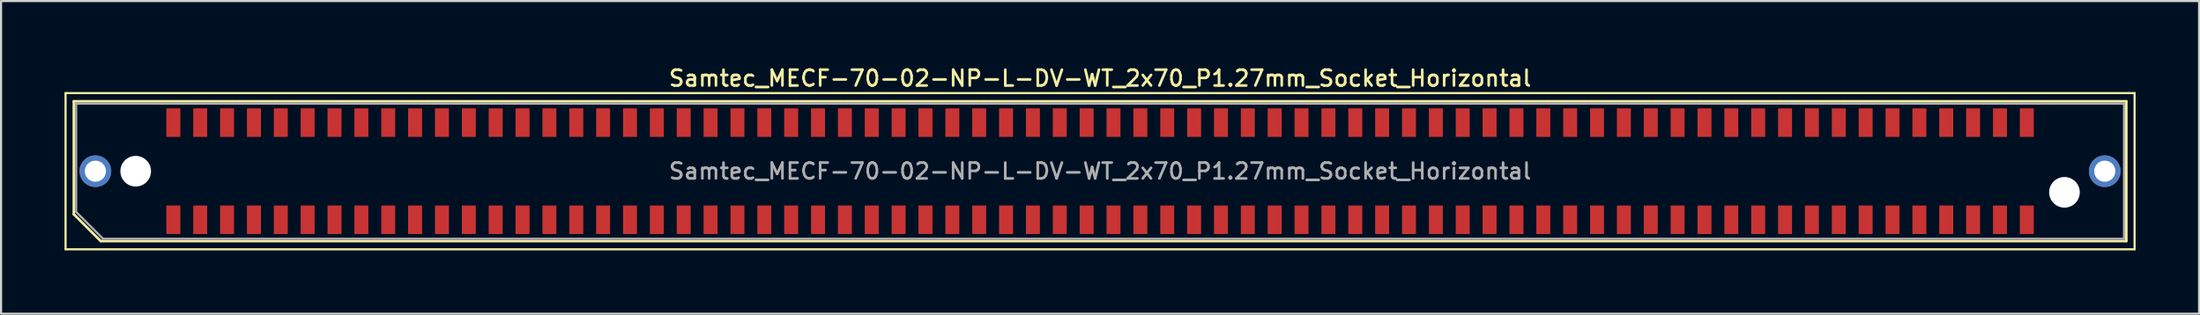
<source format=kicad_pcb>
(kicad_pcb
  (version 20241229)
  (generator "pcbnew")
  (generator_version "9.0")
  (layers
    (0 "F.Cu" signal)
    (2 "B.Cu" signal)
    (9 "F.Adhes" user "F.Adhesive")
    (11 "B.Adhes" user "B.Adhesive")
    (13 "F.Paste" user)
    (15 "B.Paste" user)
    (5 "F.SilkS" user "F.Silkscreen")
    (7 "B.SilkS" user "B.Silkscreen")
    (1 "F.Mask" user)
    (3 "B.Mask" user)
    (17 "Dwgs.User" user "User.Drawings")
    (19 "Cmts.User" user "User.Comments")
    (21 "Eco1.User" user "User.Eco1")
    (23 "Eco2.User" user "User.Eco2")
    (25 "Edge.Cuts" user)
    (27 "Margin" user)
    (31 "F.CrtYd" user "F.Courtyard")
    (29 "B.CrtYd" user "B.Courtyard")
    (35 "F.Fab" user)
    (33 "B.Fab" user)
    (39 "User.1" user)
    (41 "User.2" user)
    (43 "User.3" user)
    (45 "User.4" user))
  (footprint "Samtec_MECF-70-02-NP-L-DV-WT_2x70_P1.27mm_Socket_Horizontal"
    (layer "F.Cu")
    (at 48.96 5.058)
    (property "Reference" "Samtec_MECF-70-02-NP-L-DV-WT_2x70_P1.27mm_Socket_Horizontal" (at 0 -4.4 0) (layer "F.SilkS") (effects (font (size 0.75 0.75) (thickness 0.125))))
    (attr smd)
    (fp_line (start -48.91 -3.7) (end -48.91 3.7) (stroke (width 0.1) (type solid)) (layer "F.SilkS"))
    (fp_line (start -48.91 3.7) (end 48.91 3.7) (stroke (width 0.1) (type solid)) (layer "F.SilkS"))
    (fp_line (start -48.52 -3.31) (end 48.52 -3.31) (stroke (width 0.12) (type solid)) (layer "F.SilkS"))
    (fp_line (start -48.52 2.04) (end -48.52 -3.31) (stroke (width 0.12) (type solid)) (layer "F.SilkS"))
    (fp_line (start -47.25 3.31) (end -48.52 2.04) (stroke (width 0.12) (type solid)) (layer "F.SilkS"))
    (fp_line (start -47.25 3.31) (end 48.52 3.31) (stroke (width 0.12) (type solid)) (layer "F.SilkS"))
    (fp_line (start 48.52 3.31) (end 48.52 -3.31) (stroke (width 0.12) (type solid)) (layer "F.SilkS"))
    (fp_line (start 48.91 -3.7) (end -48.91 -3.7) (stroke (width 0.1) (type solid)) (layer "F.SilkS"))
    (fp_line (start 48.91 3.7) (end 48.91 -3.7) (stroke (width 0.1) (type solid)) (layer "F.SilkS"))
    (fp_line (start -48.41 -3.2) (end 48.41 -3.2) (stroke (width 0.1) (type solid)) (layer "F.Fab"))
    (fp_line (start -48.41 1.93) (end -48.41 -3.2) (stroke (width 0.1) (type solid)) (layer "F.Fab"))
    (fp_line (start -48.41 1.93) (end -47.14 3.2) (stroke (width 0.1) (type solid)) (layer "F.Fab"))
    (fp_line (start -47.14 3.2) (end 48.41 3.2) (stroke (width 0.1) (type solid)) (layer "F.Fab"))
    (fp_line (start 48.41 3.2) (end 48.41 -3.2) (stroke (width 0.1) (type solid)) (layer "F.Fab"))
    (fp_text user "${REFERENCE}" (at 0 0 0) (layer "F.Fab") (effects (font (size 0.75 0.75) (thickness 0.125))))
    (pad "" thru_hole circle (at -47.5 0) (size 1.5 1.5) (drill 1) (layers "*.Cu" "*.Mask"))
    (pad "" np_thru_hole circle (at -45.595 0) (size 1.45 1.45) (drill 1.45) (layers "*.Cu" "*.Mask"))
    (pad "" np_thru_hole circle (at 45.595 1) (size 1.45 1.45) (drill 1.45) (layers "*.Cu" "*.Mask"))
    (pad "" thru_hole circle (at 47.5 0) (size 1.5 1.5) (drill 1) (layers "*.Cu" "*.Mask"))
    (pad "1" smd rect (at -43.815 2.3) (size 0.66 1.35) (layers "F.Cu" "F.Mask" "F.Paste"))
    (pad "2" smd rect (at -43.815 -2.3) (size 0.66 1.35) (layers "F.Cu" "F.Mask" "F.Paste"))
    (pad "3" smd rect (at -42.545 2.3) (size 0.66 1.35) (layers "F.Cu" "F.Mask" "F.Paste"))
    (pad "4" smd rect (at -42.545 -2.3) (size 0.66 1.35) (layers "F.Cu" "F.Mask" "F.Paste"))
    (pad "5" smd rect (at -41.275 2.3) (size 0.66 1.35) (layers "F.Cu" "F.Mask" "F.Paste"))
    (pad "6" smd rect (at -41.275 -2.3) (size 0.66 1.35) (layers "F.Cu" "F.Mask" "F.Paste"))
    (pad "7" smd rect (at -40.005 2.3) (size 0.66 1.35) (layers "F.Cu" "F.Mask" "F.Paste"))
    (pad "8" smd rect (at -40.005 -2.3) (size 0.66 1.35) (layers "F.Cu" "F.Mask" "F.Paste"))
    (pad "9" smd rect (at -38.735 2.3) (size 0.66 1.35) (layers "F.Cu" "F.Mask" "F.Paste"))
    (pad "10" smd rect (at -38.735 -2.3) (size 0.66 1.35) (layers "F.Cu" "F.Mask" "F.Paste"))
    (pad "11" smd rect (at -37.465 2.3) (size 0.66 1.35) (layers "F.Cu" "F.Mask" "F.Paste"))
    (pad "12" smd rect (at -37.465 -2.3) (size 0.66 1.35) (layers "F.Cu" "F.Mask" "F.Paste"))
    (pad "13" smd rect (at -36.195 2.3) (size 0.66 1.35) (layers "F.Cu" "F.Mask" "F.Paste"))
    (pad "14" smd rect (at -36.195 -2.3) (size 0.66 1.35) (layers "F.Cu" "F.Mask" "F.Paste"))
    (pad "15" smd rect (at -34.925 2.3) (size 0.66 1.35) (layers "F.Cu" "F.Mask" "F.Paste"))
    (pad "16" smd rect (at -34.925 -2.3) (size 0.66 1.35) (layers "F.Cu" "F.Mask" "F.Paste"))
    (pad "17" smd rect (at -33.655 2.3) (size 0.66 1.35) (layers "F.Cu" "F.Mask" "F.Paste"))
    (pad "18" smd rect (at -33.655 -2.3) (size 0.66 1.35) (layers "F.Cu" "F.Mask" "F.Paste"))
    (pad "19" smd rect (at -32.385 2.3) (size 0.66 1.35) (layers "F.Cu" "F.Mask" "F.Paste"))
    (pad "20" smd rect (at -32.385 -2.3) (size 0.66 1.35) (layers "F.Cu" "F.Mask" "F.Paste"))
    (pad "21" smd rect (at -31.115 2.3) (size 0.66 1.35) (layers "F.Cu" "F.Mask" "F.Paste"))
    (pad "22" smd rect (at -31.115 -2.3) (size 0.66 1.35) (layers "F.Cu" "F.Mask" "F.Paste"))
    (pad "23" smd rect (at -29.845 2.3) (size 0.66 1.35) (layers "F.Cu" "F.Mask" "F.Paste"))
    (pad "24" smd rect (at -29.845 -2.3) (size 0.66 1.35) (layers "F.Cu" "F.Mask" "F.Paste"))
    (pad "25" smd rect (at -28.575 2.3) (size 0.66 1.35) (layers "F.Cu" "F.Mask" "F.Paste"))
    (pad "26" smd rect (at -28.575 -2.3) (size 0.66 1.35) (layers "F.Cu" "F.Mask" "F.Paste"))
    (pad "27" smd rect (at -27.305 2.3) (size 0.66 1.35) (layers "F.Cu" "F.Mask" "F.Paste"))
    (pad "28" smd rect (at -27.305 -2.3) (size 0.66 1.35) (layers "F.Cu" "F.Mask" "F.Paste"))
    (pad "29" smd rect (at -26.035 2.3) (size 0.66 1.35) (layers "F.Cu" "F.Mask" "F.Paste"))
    (pad "30" smd rect (at -26.035 -2.3) (size 0.66 1.35) (layers "F.Cu" "F.Mask" "F.Paste"))
    (pad "31" smd rect (at -24.765 2.3) (size 0.66 1.35) (layers "F.Cu" "F.Mask" "F.Paste"))
    (pad "32" smd rect (at -24.765 -2.3) (size 0.66 1.35) (layers "F.Cu" "F.Mask" "F.Paste"))
    (pad "33" smd rect (at -23.495 2.3) (size 0.66 1.35) (layers "F.Cu" "F.Mask" "F.Paste"))
    (pad "34" smd rect (at -23.495 -2.3) (size 0.66 1.35) (layers "F.Cu" "F.Mask" "F.Paste"))
    (pad "35" smd rect (at -22.225 2.3) (size 0.66 1.35) (layers "F.Cu" "F.Mask" "F.Paste"))
    (pad "36" smd rect (at -22.225 -2.3) (size 0.66 1.35) (layers "F.Cu" "F.Mask" "F.Paste"))
    (pad "37" smd rect (at -20.955 2.3) (size 0.66 1.35) (layers "F.Cu" "F.Mask" "F.Paste"))
    (pad "38" smd rect (at -20.955 -2.3) (size 0.66 1.35) (layers "F.Cu" "F.Mask" "F.Paste"))
    (pad "39" smd rect (at -19.685 2.3) (size 0.66 1.35) (layers "F.Cu" "F.Mask" "F.Paste"))
    (pad "40" smd rect (at -19.685 -2.3) (size 0.66 1.35) (layers "F.Cu" "F.Mask" "F.Paste"))
    (pad "41" smd rect (at -18.415 2.3) (size 0.66 1.35) (layers "F.Cu" "F.Mask" "F.Paste"))
    (pad "42" smd rect (at -18.415 -2.3) (size 0.66 1.35) (layers "F.Cu" "F.Mask" "F.Paste"))
    (pad "43" smd rect (at -17.145 2.3) (size 0.66 1.35) (layers "F.Cu" "F.Mask" "F.Paste"))
    (pad "44" smd rect (at -17.145 -2.3) (size 0.66 1.35) (layers "F.Cu" "F.Mask" "F.Paste"))
    (pad "45" smd rect (at -15.875 2.3) (size 0.66 1.35) (layers "F.Cu" "F.Mask" "F.Paste"))
    (pad "46" smd rect (at -15.875 -2.3) (size 0.66 1.35) (layers "F.Cu" "F.Mask" "F.Paste"))
    (pad "47" smd rect (at -14.605 2.3) (size 0.66 1.35) (layers "F.Cu" "F.Mask" "F.Paste"))
    (pad "48" smd rect (at -14.605 -2.3) (size 0.66 1.35) (layers "F.Cu" "F.Mask" "F.Paste"))
    (pad "49" smd rect (at -13.335 2.3) (size 0.66 1.35) (layers "F.Cu" "F.Mask" "F.Paste"))
    (pad "50" smd rect (at -13.335 -2.3) (size 0.66 1.35) (layers "F.Cu" "F.Mask" "F.Paste"))
    (pad "51" smd rect (at -12.065 2.3) (size 0.66 1.35) (layers "F.Cu" "F.Mask" "F.Paste"))
    (pad "52" smd rect (at -12.065 -2.3) (size 0.66 1.35) (layers "F.Cu" "F.Mask" "F.Paste"))
    (pad "53" smd rect (at -10.795 2.3) (size 0.66 1.35) (layers "F.Cu" "F.Mask" "F.Paste"))
    (pad "54" smd rect (at -10.795 -2.3) (size 0.66 1.35) (layers "F.Cu" "F.Mask" "F.Paste"))
    (pad "55" smd rect (at -9.525 2.3) (size 0.66 1.35) (layers "F.Cu" "F.Mask" "F.Paste"))
    (pad "56" smd rect (at -9.525 -2.3) (size 0.66 1.35) (layers "F.Cu" "F.Mask" "F.Paste"))
    (pad "57" smd rect (at -8.255 2.3) (size 0.66 1.35) (layers "F.Cu" "F.Mask" "F.Paste"))
    (pad "58" smd rect (at -8.255 -2.3) (size 0.66 1.35) (layers "F.Cu" "F.Mask" "F.Paste"))
    (pad "59" smd rect (at -6.985 2.3) (size 0.66 1.35) (layers "F.Cu" "F.Mask" "F.Paste"))
    (pad "60" smd rect (at -6.985 -2.3) (size 0.66 1.35) (layers "F.Cu" "F.Mask" "F.Paste"))
    (pad "61" smd rect (at -5.715 2.3) (size 0.66 1.35) (layers "F.Cu" "F.Mask" "F.Paste"))
    (pad "62" smd rect (at -5.715 -2.3) (size 0.66 1.35) (layers "F.Cu" "F.Mask" "F.Paste"))
    (pad "63" smd rect (at -4.445 2.3) (size 0.66 1.35) (layers "F.Cu" "F.Mask" "F.Paste"))
    (pad "64" smd rect (at -4.445 -2.3) (size 0.66 1.35) (layers "F.Cu" "F.Mask" "F.Paste"))
    (pad "65" smd rect (at -3.175 2.3) (size 0.66 1.35) (layers "F.Cu" "F.Mask" "F.Paste"))
    (pad "66" smd rect (at -3.175 -2.3) (size 0.66 1.35) (layers "F.Cu" "F.Mask" "F.Paste"))
    (pad "67" smd rect (at -1.905 2.3) (size 0.66 1.35) (layers "F.Cu" "F.Mask" "F.Paste"))
    (pad "68" smd rect (at -1.905 -2.3) (size 0.66 1.35) (layers "F.Cu" "F.Mask" "F.Paste"))
    (pad "69" smd rect (at -0.635 2.3) (size 0.66 1.35) (layers "F.Cu" "F.Mask" "F.Paste"))
    (pad "70" smd rect (at -0.635 -2.3) (size 0.66 1.35) (layers "F.Cu" "F.Mask" "F.Paste"))
    (pad "71" smd rect (at 0.635 2.3) (size 0.66 1.35) (layers "F.Cu" "F.Mask" "F.Paste"))
    (pad "72" smd rect (at 0.635 -2.3) (size 0.66 1.35) (layers "F.Cu" "F.Mask" "F.Paste"))
    (pad "73" smd rect (at 1.905 2.3) (size 0.66 1.35) (layers "F.Cu" "F.Mask" "F.Paste"))
    (pad "74" smd rect (at 1.905 -2.3) (size 0.66 1.35) (layers "F.Cu" "F.Mask" "F.Paste"))
    (pad "75" smd rect (at 3.175 2.3) (size 0.66 1.35) (layers "F.Cu" "F.Mask" "F.Paste"))
    (pad "76" smd rect (at 3.175 -2.3) (size 0.66 1.35) (layers "F.Cu" "F.Mask" "F.Paste"))
    (pad "77" smd rect (at 4.445 2.3) (size 0.66 1.35) (layers "F.Cu" "F.Mask" "F.Paste"))
    (pad "78" smd rect (at 4.445 -2.3) (size 0.66 1.35) (layers "F.Cu" "F.Mask" "F.Paste"))
    (pad "79" smd rect (at 5.715 2.3) (size 0.66 1.35) (layers "F.Cu" "F.Mask" "F.Paste"))
    (pad "80" smd rect (at 5.715 -2.3) (size 0.66 1.35) (layers "F.Cu" "F.Mask" "F.Paste"))
    (pad "81" smd rect (at 6.985 2.3) (size 0.66 1.35) (layers "F.Cu" "F.Mask" "F.Paste"))
    (pad "82" smd rect (at 6.985 -2.3) (size 0.66 1.35) (layers "F.Cu" "F.Mask" "F.Paste"))
    (pad "83" smd rect (at 8.255 2.3) (size 0.66 1.35) (layers "F.Cu" "F.Mask" "F.Paste"))
    (pad "84" smd rect (at 8.255 -2.3) (size 0.66 1.35) (layers "F.Cu" "F.Mask" "F.Paste"))
    (pad "85" smd rect (at 9.525 2.3) (size 0.66 1.35) (layers "F.Cu" "F.Mask" "F.Paste"))
    (pad "86" smd rect (at 9.525 -2.3) (size 0.66 1.35) (layers "F.Cu" "F.Mask" "F.Paste"))
    (pad "87" smd rect (at 10.795 2.3) (size 0.66 1.35) (layers "F.Cu" "F.Mask" "F.Paste"))
    (pad "88" smd rect (at 10.795 -2.3) (size 0.66 1.35) (layers "F.Cu" "F.Mask" "F.Paste"))
    (pad "89" smd rect (at 12.065 2.3) (size 0.66 1.35) (layers "F.Cu" "F.Mask" "F.Paste"))
    (pad "90" smd rect (at 12.065 -2.3) (size 0.66 1.35) (layers "F.Cu" "F.Mask" "F.Paste"))
    (pad "91" smd rect (at 13.335 2.3) (size 0.66 1.35) (layers "F.Cu" "F.Mask" "F.Paste"))
    (pad "92" smd rect (at 13.335 -2.3) (size 0.66 1.35) (layers "F.Cu" "F.Mask" "F.Paste"))
    (pad "93" smd rect (at 14.605 2.3) (size 0.66 1.35) (layers "F.Cu" "F.Mask" "F.Paste"))
    (pad "94" smd rect (at 14.605 -2.3) (size 0.66 1.35) (layers "F.Cu" "F.Mask" "F.Paste"))
    (pad "95" smd rect (at 15.875 2.3) (size 0.66 1.35) (layers "F.Cu" "F.Mask" "F.Paste"))
    (pad "96" smd rect (at 15.875 -2.3) (size 0.66 1.35) (layers "F.Cu" "F.Mask" "F.Paste"))
    (pad "97" smd rect (at 17.145 2.3) (size 0.66 1.35) (layers "F.Cu" "F.Mask" "F.Paste"))
    (pad "98" smd rect (at 17.145 -2.3) (size 0.66 1.35) (layers "F.Cu" "F.Mask" "F.Paste"))
    (pad "99" smd rect (at 18.415 2.3) (size 0.66 1.35) (layers "F.Cu" "F.Mask" "F.Paste"))
    (pad "100" smd rect (at 18.415 -2.3) (size 0.66 1.35) (layers "F.Cu" "F.Mask" "F.Paste"))
    (pad "101" smd rect (at 19.685 2.3) (size 0.66 1.35) (layers "F.Cu" "F.Mask" "F.Paste"))
    (pad "102" smd rect (at 19.685 -2.3) (size 0.66 1.35) (layers "F.Cu" "F.Mask" "F.Paste"))
    (pad "103" smd rect (at 20.955 2.3) (size 0.66 1.35) (layers "F.Cu" "F.Mask" "F.Paste"))
    (pad "104" smd rect (at 20.955 -2.3) (size 0.66 1.35) (layers "F.Cu" "F.Mask" "F.Paste"))
    (pad "105" smd rect (at 22.225 2.3) (size 0.66 1.35) (layers "F.Cu" "F.Mask" "F.Paste"))
    (pad "106" smd rect (at 22.225 -2.3) (size 0.66 1.35) (layers "F.Cu" "F.Mask" "F.Paste"))
    (pad "107" smd rect (at 23.495 2.3) (size 0.66 1.35) (layers "F.Cu" "F.Mask" "F.Paste"))
    (pad "108" smd rect (at 23.495 -2.3) (size 0.66 1.35) (layers "F.Cu" "F.Mask" "F.Paste"))
    (pad "109" smd rect (at 24.765 2.3) (size 0.66 1.35) (layers "F.Cu" "F.Mask" "F.Paste"))
    (pad "110" smd rect (at 24.765 -2.3) (size 0.66 1.35) (layers "F.Cu" "F.Mask" "F.Paste"))
    (pad "111" smd rect (at 26.035 2.3) (size 0.66 1.35) (layers "F.Cu" "F.Mask" "F.Paste"))
    (pad "112" smd rect (at 26.035 -2.3) (size 0.66 1.35) (layers "F.Cu" "F.Mask" "F.Paste"))
    (pad "113" smd rect (at 27.305 2.3) (size 0.66 1.35) (layers "F.Cu" "F.Mask" "F.Paste"))
    (pad "114" smd rect (at 27.305 -2.3) (size 0.66 1.35) (layers "F.Cu" "F.Mask" "F.Paste"))
    (pad "115" smd rect (at 28.575 2.3) (size 0.66 1.35) (layers "F.Cu" "F.Mask" "F.Paste"))
    (pad "116" smd rect (at 28.575 -2.3) (size 0.66 1.35) (layers "F.Cu" "F.Mask" "F.Paste"))
    (pad "117" smd rect (at 29.845 2.3) (size 0.66 1.35) (layers "F.Cu" "F.Mask" "F.Paste"))
    (pad "118" smd rect (at 29.845 -2.3) (size 0.66 1.35) (layers "F.Cu" "F.Mask" "F.Paste"))
    (pad "119" smd rect (at 31.115 2.3) (size 0.66 1.35) (layers "F.Cu" "F.Mask" "F.Paste"))
    (pad "120" smd rect (at 31.115 -2.3) (size 0.66 1.35) (layers "F.Cu" "F.Mask" "F.Paste"))
    (pad "121" smd rect (at 32.385 2.3) (size 0.66 1.35) (layers "F.Cu" "F.Mask" "F.Paste"))
    (pad "122" smd rect (at 32.385 -2.3) (size 0.66 1.35) (layers "F.Cu" "F.Mask" "F.Paste"))
    (pad "123" smd rect (at 33.655 2.3) (size 0.66 1.35) (layers "F.Cu" "F.Mask" "F.Paste"))
    (pad "124" smd rect (at 33.655 -2.3) (size 0.66 1.35) (layers "F.Cu" "F.Mask" "F.Paste"))
    (pad "125" smd rect (at 34.925 2.3) (size 0.66 1.35) (layers "F.Cu" "F.Mask" "F.Paste"))
    (pad "126" smd rect (at 34.925 -2.3) (size 0.66 1.35) (layers "F.Cu" "F.Mask" "F.Paste"))
    (pad "127" smd rect (at 36.195 2.3) (size 0.66 1.35) (layers "F.Cu" "F.Mask" "F.Paste"))
    (pad "128" smd rect (at 36.195 -2.3) (size 0.66 1.35) (layers "F.Cu" "F.Mask" "F.Paste"))
    (pad "129" smd rect (at 37.465 2.3) (size 0.66 1.35) (layers "F.Cu" "F.Mask" "F.Paste"))
    (pad "130" smd rect (at 37.465 -2.3) (size 0.66 1.35) (layers "F.Cu" "F.Mask" "F.Paste"))
    (pad "131" smd rect (at 38.735 2.3) (size 0.66 1.35) (layers "F.Cu" "F.Mask" "F.Paste"))
    (pad "132" smd rect (at 38.735 -2.3) (size 0.66 1.35) (layers "F.Cu" "F.Mask" "F.Paste"))
    (pad "133" smd rect (at 40.005 2.3) (size 0.66 1.35) (layers "F.Cu" "F.Mask" "F.Paste"))
    (pad "134" smd rect (at 40.005 -2.3) (size 0.66 1.35) (layers "F.Cu" "F.Mask" "F.Paste"))
    (pad "135" smd rect (at 41.275 2.3) (size 0.66 1.35) (layers "F.Cu" "F.Mask" "F.Paste"))
    (pad "136" smd rect (at 41.275 -2.3) (size 0.66 1.35) (layers "F.Cu" "F.Mask" "F.Paste"))
    (pad "137" smd rect (at 42.545 2.3) (size 0.66 1.35) (layers "F.Cu" "F.Mask" "F.Paste"))
    (pad "138" smd rect (at 42.545 -2.3) (size 0.66 1.35) (layers "F.Cu" "F.Mask" "F.Paste"))
    (pad "139" smd rect (at 43.815 2.3) (size 0.66 1.35) (layers "F.Cu" "F.Mask" "F.Paste"))
    (pad "140" smd rect (at 43.815 -2.3) (size 0.66 1.35) (layers "F.Cu" "F.Mask" "F.Paste")))
  (gr_rect
    (start -3 -3)
    (end 100.92 11.808)
    (stroke (width 0.1) (type default))
    (fill no)
    (layer "Edge.Cuts")))
</source>
